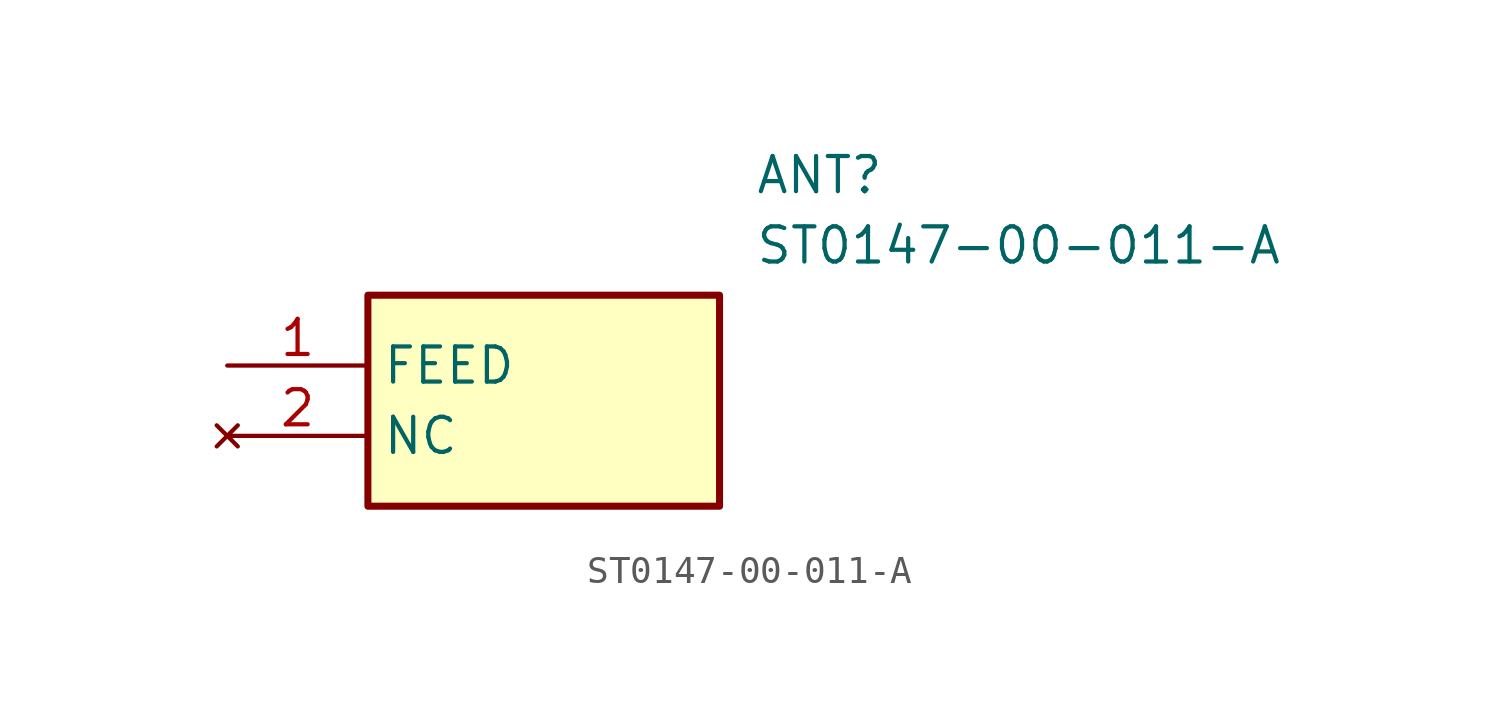
<source format=kicad_sym>
(kicad_symbol_lib
  (version 20211014)
  (generator SamacSys_ECAD_Model)
  (symbol "ST0147-00-011-A"
    (property "Reference" "ANT"
      (at 19.05 7.62 0)
      (effects (font (size 1.27 1.27)) (justify left top)))
    (property "Value" "ST0147-00-011-A"
      (at 19.05 5.08 0)
      (effects (font (size 1.27 1.27)) (justify left top)))
    (rectangle
      (start 5.08 2.54)
      (end 17.78 -5.08)
      (stroke (width 0.254) (type default))
      (fill (type background)))
    (pin input line
      (at 0 0 0)
      (length 5.08)
      (name "FEED" (effects (font (size 1.27 1.27))))
      (number "1" (effects (font (size 1.27 1.27)))))
    (pin no_connect line
      (at 0 -2.54 0)
      (length 5.08)
      (name "NC" (effects (font (size 1.27 1.27))))
      (number "2" (effects (font (size 1.27 1.27)))))))
</source>
